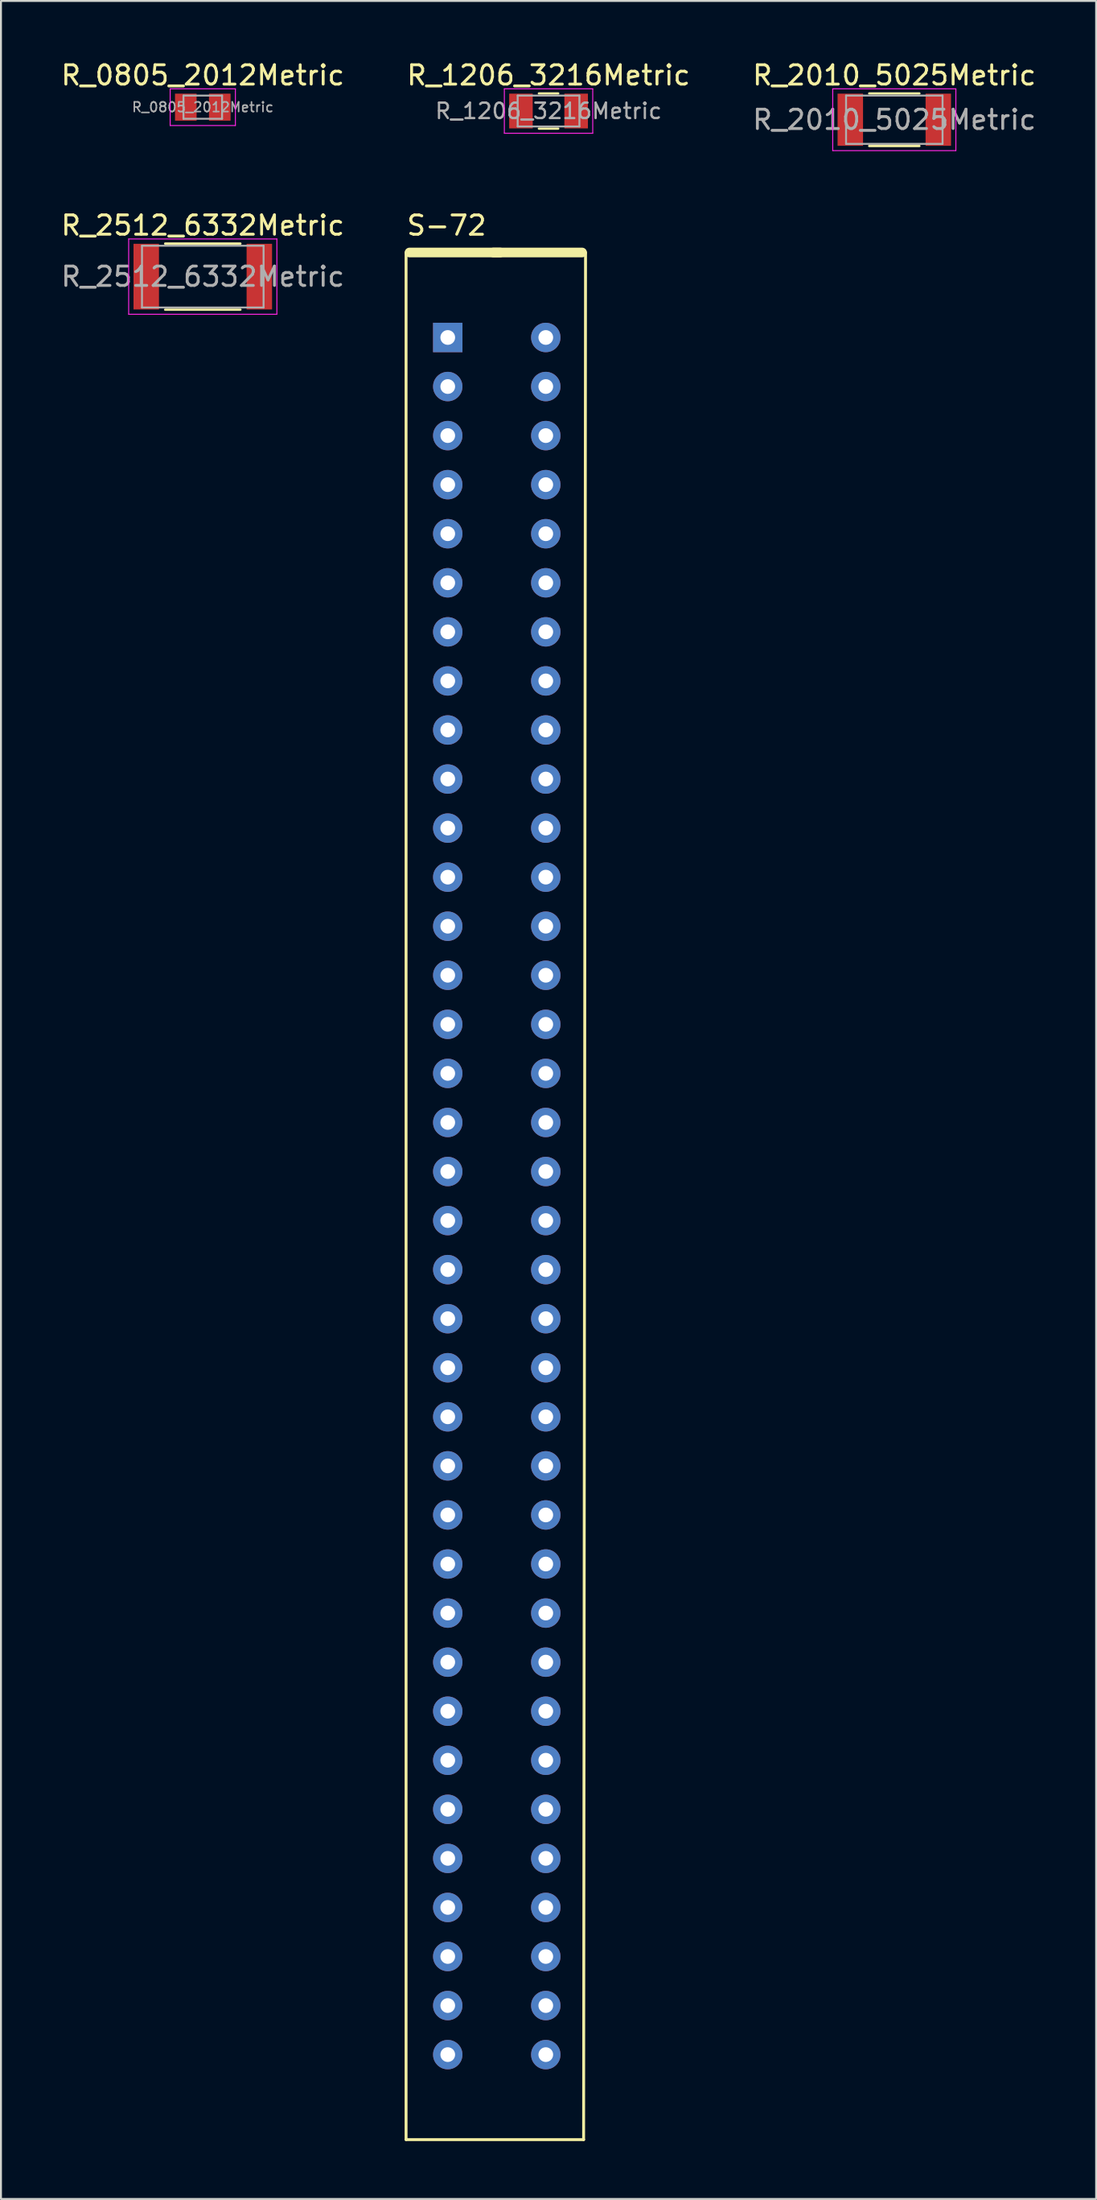
<source format=kicad_pcb>
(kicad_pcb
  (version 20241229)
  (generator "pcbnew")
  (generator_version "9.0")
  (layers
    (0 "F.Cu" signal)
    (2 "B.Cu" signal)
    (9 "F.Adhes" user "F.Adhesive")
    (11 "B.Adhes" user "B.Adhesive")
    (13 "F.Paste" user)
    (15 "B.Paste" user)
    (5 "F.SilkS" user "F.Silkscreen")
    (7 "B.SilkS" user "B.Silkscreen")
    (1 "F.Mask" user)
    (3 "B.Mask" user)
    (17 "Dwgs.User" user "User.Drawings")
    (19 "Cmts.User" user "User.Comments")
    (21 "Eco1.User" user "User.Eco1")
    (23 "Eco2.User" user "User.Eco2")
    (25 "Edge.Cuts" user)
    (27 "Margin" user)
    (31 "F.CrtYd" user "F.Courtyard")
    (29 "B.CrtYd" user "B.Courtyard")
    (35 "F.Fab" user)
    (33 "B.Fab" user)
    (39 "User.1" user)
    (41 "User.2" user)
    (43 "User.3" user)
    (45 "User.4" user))
  (footprint "R_2512_6332Metric"
    (layer "F.Cu")
    (at 7.458 11.271)
    (property "Reference" "R_2512_6332Metric" (at 0 -2.65 0) (layer "F.SilkS") (effects (font (size 1 1) (thickness 0.15))))
    (attr smd)
    (fp_line (start -1.95 -1.71) (end 1.95 -1.71) (stroke (width 0.12) (type solid)) (layer "F.SilkS"))
    (fp_line (start -1.95 1.71) (end 1.95 1.71) (stroke (width 0.12) (type solid)) (layer "F.SilkS"))
    (fp_line (start -3.84 -1.95) (end 3.84 -1.95) (stroke (width 0.05) (type solid)) (layer "F.CrtYd"))
    (fp_line (start -3.84 1.95) (end -3.84 -1.95) (stroke (width 0.05) (type solid)) (layer "F.CrtYd"))
    (fp_line (start 3.84 -1.95) (end 3.84 1.95) (stroke (width 0.05) (type solid)) (layer "F.CrtYd"))
    (fp_line (start 3.84 1.95) (end -3.84 1.95) (stroke (width 0.05) (type solid)) (layer "F.CrtYd"))
    (fp_line (start -3.15 -1.6) (end 3.15 -1.6) (stroke (width 0.1) (type solid)) (layer "F.Fab"))
    (fp_line (start -3.15 1.6) (end -3.15 -1.6) (stroke (width 0.1) (type solid)) (layer "F.Fab"))
    (fp_line (start 3.15 -1.6) (end 3.15 1.6) (stroke (width 0.1) (type solid)) (layer "F.Fab"))
    (fp_line (start 3.15 1.6) (end -3.15 1.6) (stroke (width 0.1) (type solid)) (layer "F.Fab"))
    (fp_text user "${REFERENCE}" (at 0 0 0) (layer "F.Fab") (effects (font (size 1 1) (thickness 0.15))))
    (pad "1" smd rect (at -2.93 0) (size 1.32 3.4) (layers "F.Cu" "F.Mask" "F.Paste"))
    (pad "2" smd rect (at 2.93 0) (size 1.32 3.4) (layers "F.Cu" "F.Mask" "F.Paste")))
  (footprint "R_1206_3216Metric"
    (layer "F.Cu")
    (at 25.375 2.698)
    (property "Reference" "R_1206_3216Metric" (at 0 -1.85 0) (layer "F.SilkS") (effects (font (size 1 1) (thickness 0.15))))
    (attr smd)
    (fp_line (start -0.5 -0.91) (end 0.5 -0.91) (stroke (width 0.12) (type solid)) (layer "F.SilkS"))
    (fp_line (start -0.5 0.91) (end 0.5 0.91) (stroke (width 0.12) (type solid)) (layer "F.SilkS"))
    (fp_line (start -2.29 -1.15) (end 2.29 -1.15) (stroke (width 0.05) (type solid)) (layer "F.CrtYd"))
    (fp_line (start -2.29 1.15) (end -2.29 -1.15) (stroke (width 0.05) (type solid)) (layer "F.CrtYd"))
    (fp_line (start 2.29 -1.15) (end 2.29 1.15) (stroke (width 0.05) (type solid)) (layer "F.CrtYd"))
    (fp_line (start 2.29 1.15) (end -2.29 1.15) (stroke (width 0.05) (type solid)) (layer "F.CrtYd"))
    (fp_line (start -1.6 -0.8) (end 1.6 -0.8) (stroke (width 0.1) (type solid)) (layer "F.Fab"))
    (fp_line (start -1.6 0.8) (end -1.6 -0.8) (stroke (width 0.1) (type solid)) (layer "F.Fab"))
    (fp_line (start 1.6 -0.8) (end 1.6 0.8) (stroke (width 0.1) (type solid)) (layer "F.Fab"))
    (fp_line (start 1.6 0.8) (end -1.6 0.8) (stroke (width 0.1) (type solid)) (layer "F.Fab"))
    (fp_text user "${REFERENCE}" (at 0 0 0) (layer "F.Fab") (effects (font (size 0.8 0.8) (thickness 0.12))))
    (pad "1" smd rect (at -1.43 0) (size 1.22 1.8) (layers "F.Cu" "F.Mask" "F.Paste"))
    (pad "2" smd rect (at 1.43 0) (size 1.22 1.8) (layers "F.Cu" "F.Mask" "F.Paste")))
  (footprint "R_2010_5025Metric"
    (layer "F.Cu")
    (at 43.292 3.148)
    (property "Reference" "R_2010_5025Metric" (at 0 -2.3 0) (layer "F.SilkS") (effects (font (size 1 1) (thickness 0.15))))
    (attr smd)
    (fp_line (start -1.3 -1.36) (end 1.3 -1.36) (stroke (width 0.12) (type solid)) (layer "F.SilkS"))
    (fp_line (start -1.3 1.36) (end 1.3 1.36) (stroke (width 0.12) (type solid)) (layer "F.SilkS"))
    (fp_line (start -3.19 -1.6) (end 3.19 -1.6) (stroke (width 0.05) (type solid)) (layer "F.CrtYd"))
    (fp_line (start -3.19 1.6) (end -3.19 -1.6) (stroke (width 0.05) (type solid)) (layer "F.CrtYd"))
    (fp_line (start 3.19 -1.6) (end 3.19 1.6) (stroke (width 0.05) (type solid)) (layer "F.CrtYd"))
    (fp_line (start 3.19 1.6) (end -3.19 1.6) (stroke (width 0.05) (type solid)) (layer "F.CrtYd"))
    (fp_line (start -2.5 -1.25) (end 2.5 -1.25) (stroke (width 0.1) (type solid)) (layer "F.Fab"))
    (fp_line (start -2.5 1.25) (end -2.5 -1.25) (stroke (width 0.1) (type solid)) (layer "F.Fab"))
    (fp_line (start 2.5 -1.25) (end 2.5 1.25) (stroke (width 0.1) (type solid)) (layer "F.Fab"))
    (fp_line (start 2.5 1.25) (end -2.5 1.25) (stroke (width 0.1) (type solid)) (layer "F.Fab"))
    (fp_text user "${REFERENCE}" (at 0 0 0) (layer "F.Fab") (effects (font (size 1 1) (thickness 0.15))))
    (pad "1" smd rect (at -2.28 0) (size 1.32 2.7) (layers "F.Cu" "F.Mask" "F.Paste"))
    (pad "2" smd rect (at 2.28 0) (size 1.32 2.7) (layers "F.Cu" "F.Mask" "F.Paste")))
  (footprint "R_0805_2012Metric"
    (layer "F.Cu")
    (at 7.458 2.498)
    (property "Reference" "R_0805_2012Metric" (at 0 -1.65 0) (layer "F.SilkS") (effects (font (size 1 1) (thickness 0.15))))
    (attr smd)
    (fp_line (start -1.69 -0.95) (end 1.69 -0.95) (stroke (width 0.05) (type solid)) (layer "F.CrtYd"))
    (fp_line (start -1.69 0.95) (end -1.69 -0.95) (stroke (width 0.05) (type solid)) (layer "F.CrtYd"))
    (fp_line (start 1.69 -0.95) (end 1.69 0.95) (stroke (width 0.05) (type solid)) (layer "F.CrtYd"))
    (fp_line (start 1.69 0.95) (end -1.69 0.95) (stroke (width 0.05) (type solid)) (layer "F.CrtYd"))
    (fp_line (start -1 -0.6) (end 1 -0.6) (stroke (width 0.1) (type solid)) (layer "F.Fab"))
    (fp_line (start -1 0.6) (end -1 -0.6) (stroke (width 0.1) (type solid)) (layer "F.Fab"))
    (fp_line (start 1 -0.6) (end 1 0.6) (stroke (width 0.1) (type solid)) (layer "F.Fab"))
    (fp_line (start 1 0.6) (end -1 0.6) (stroke (width 0.1) (type solid)) (layer "F.Fab"))
    (fp_text user "${REFERENCE}" (at 0 0 0) (layer "F.Fab") (effects (font (size 0.5 0.5) (thickness 0.08))))
    (pad "1" smd rect (at -0.88 0) (size 1.12 1.4) (layers "F.Cu" "F.Mask" "F.Paste"))
    (pad "2" smd rect (at 0.88 0) (size 1.12 1.4) (layers "F.Cu" "F.Mask" "F.Paste")))
  (footprint "S-72"
    (layer "F.Cu")
    (at 22.692 52.522)
    (property "Reference" "S-72" (at -2.6 -43.9 0) (layer "F.SilkS") (effects (font (size 1 1) (thickness 0.15))))
    (attr through_hole)
    (fp_line (start -4.7 55.2) (end -4.7 -42.5) (stroke (width 0.15) (type solid)) (layer "F.SilkS"))
    (fp_line (start -4.521 -42.5) (end 0.179 -42.5) (stroke (width 0.5) (type solid)) (layer "F.SilkS"))
    (fp_line (start -0.18 -42.5) (end 4.42 -42.5) (stroke (width 0.5) (type solid)) (layer "F.SilkS"))
    (fp_line (start 4.5 55.2) (end -4.7 55.2) (stroke (width 0.15) (type solid)) (layer "F.SilkS"))
    (fp_line (start 4.6 -42.5) (end 4.5 55.2) (stroke (width 0.15) (type solid)) (layer "F.SilkS"))
    (pad "1" thru_hole rect (at -2.54 -38.1) (size 1.524 1.524) (drill 0.762) (layers "*.Cu" "*.Mask"))
    (pad "2" thru_hole circle (at -2.54 -35.56) (size 1.524 1.524) (drill 0.762) (layers "*.Cu" "*.Mask"))
    (pad "3" thru_hole circle (at -2.54 -33.02) (size 1.524 1.524) (drill 0.762) (layers "*.Cu" "*.Mask"))
    (pad "4" thru_hole circle (at -2.54 -30.48) (size 1.524 1.524) (drill 0.762) (layers "*.Cu" "*.Mask"))
    (pad "5" thru_hole circle (at -2.54 -27.94) (size 1.524 1.524) (drill 0.762) (layers "*.Cu" "*.Mask"))
    (pad "6" thru_hole circle (at -2.54 -25.4) (size 1.524 1.524) (drill 0.762) (layers "*.Cu" "*.Mask"))
    (pad "7" thru_hole circle (at -2.54 -22.86) (size 1.524 1.524) (drill 0.762) (layers "*.Cu" "*.Mask"))
    (pad "8" thru_hole circle (at -2.54 -20.32) (size 1.524 1.524) (drill 0.762) (layers "*.Cu" "*.Mask"))
    (pad "9" thru_hole circle (at -2.54 -17.78) (size 1.524 1.524) (drill 0.762) (layers "*.Cu" "*.Mask"))
    (pad "10" thru_hole circle (at -2.54 -15.24) (size 1.524 1.524) (drill 0.762) (layers "*.Cu" "*.Mask"))
    (pad "11" thru_hole circle (at -2.54 -12.7) (size 1.524 1.524) (drill 0.762) (layers "*.Cu" "*.Mask"))
    (pad "12" thru_hole circle (at -2.54 -10.16) (size 1.524 1.524) (drill 0.762) (layers "*.Cu" "*.Mask"))
    (pad "13" thru_hole circle (at -2.54 -7.62) (size 1.524 1.524) (drill 0.762) (layers "*.Cu" "*.Mask"))
    (pad "14" thru_hole circle (at -2.54 -5.08) (size 1.524 1.524) (drill 0.762) (layers "*.Cu" "*.Mask"))
    (pad "15" thru_hole circle (at -2.54 -2.54) (size 1.524 1.524) (drill 0.762) (layers "*.Cu" "*.Mask"))
    (pad "16" thru_hole circle (at -2.54 0) (size 1.524 1.524) (drill 0.762) (layers "*.Cu" "*.Mask"))
    (pad "17" thru_hole circle (at -2.54 2.54) (size 1.524 1.524) (drill 0.762) (layers "*.Cu" "*.Mask"))
    (pad "18" thru_hole circle (at -2.54 5.08) (size 1.524 1.524) (drill 0.762) (layers "*.Cu" "*.Mask"))
    (pad "19" thru_hole circle (at -2.54 7.62) (size 1.524 1.524) (drill 0.762) (layers "*.Cu" "*.Mask"))
    (pad "20" thru_hole circle (at -2.54 10.16) (size 1.524 1.524) (drill 0.762) (layers "*.Cu" "*.Mask"))
    (pad "21" thru_hole circle (at -2.54 12.7) (size 1.524 1.524) (drill 0.762) (layers "*.Cu" "*.Mask"))
    (pad "22" thru_hole circle (at -2.54 15.24) (size 1.524 1.524) (drill 0.762) (layers "*.Cu" "*.Mask"))
    (pad "23" thru_hole circle (at -2.54 17.78) (size 1.524 1.524) (drill 0.762) (layers "*.Cu" "*.Mask"))
    (pad "24" thru_hole circle (at -2.54 20.32) (size 1.524 1.524) (drill 0.762) (layers "*.Cu" "*.Mask"))
    (pad "25" thru_hole circle (at -2.54 22.86) (size 1.524 1.524) (drill 0.762) (layers "*.Cu" "*.Mask"))
    (pad "26" thru_hole circle (at -2.54 25.4) (size 1.524 1.524) (drill 0.762) (layers "*.Cu" "*.Mask"))
    (pad "27" thru_hole circle (at -2.54 27.94) (size 1.524 1.524) (drill 0.762) (layers "*.Cu" "*.Mask"))
    (pad "28" thru_hole circle (at -2.54 30.48) (size 1.524 1.524) (drill 0.762) (layers "*.Cu" "*.Mask"))
    (pad "29" thru_hole circle (at -2.54 33.02) (size 1.524 1.524) (drill 0.762) (layers "*.Cu" "*.Mask"))
    (pad "30" thru_hole circle (at -2.54 35.56) (size 1.524 1.524) (drill 0.762) (layers "*.Cu" "*.Mask"))
    (pad "31" thru_hole circle (at -2.54 38.1) (size 1.524 1.524) (drill 0.762) (layers "*.Cu" "*.Mask"))
    (pad "32" thru_hole circle (at -2.54 40.64) (size 1.524 1.524) (drill 0.762) (layers "*.Cu" "*.Mask"))
    (pad "33" thru_hole circle (at -2.54 43.18) (size 1.524 1.524) (drill 0.762) (layers "*.Cu" "*.Mask"))
    (pad "34" thru_hole circle (at -2.54 45.72) (size 1.524 1.524) (drill 0.762) (layers "*.Cu" "*.Mask"))
    (pad "35" thru_hole circle (at -2.54 48.26) (size 1.524 1.524) (drill 0.762) (layers "*.Cu" "*.Mask"))
    (pad "36" thru_hole circle (at -2.54 50.8) (size 1.524 1.524) (drill 0.762) (layers "*.Cu" "*.Mask"))
    (pad "37" thru_hole circle (at 2.54 -38.1) (size 1.524 1.524) (drill 0.762) (layers "*.Cu" "*.Mask"))
    (pad "38" thru_hole circle (at 2.54 -35.56) (size 1.524 1.524) (drill 0.762) (layers "*.Cu" "*.Mask"))
    (pad "39" thru_hole circle (at 2.54 -33.02) (size 1.524 1.524) (drill 0.762) (layers "*.Cu" "*.Mask"))
    (pad "40" thru_hole circle (at 2.54 -30.48) (size 1.524 1.524) (drill 0.762) (layers "*.Cu" "*.Mask"))
    (pad "41" thru_hole circle (at 2.54 -27.94) (size 1.524 1.524) (drill 0.762) (layers "*.Cu" "*.Mask"))
    (pad "42" thru_hole circle (at 2.54 -25.4) (size 1.524 1.524) (drill 0.762) (layers "*.Cu" "*.Mask"))
    (pad "43" thru_hole circle (at 2.54 -22.86) (size 1.524 1.524) (drill 0.762) (layers "*.Cu" "*.Mask"))
    (pad "44" thru_hole circle (at 2.54 -20.32) (size 1.524 1.524) (drill 0.762) (layers "*.Cu" "*.Mask"))
    (pad "45" thru_hole circle (at 2.54 -17.78) (size 1.524 1.524) (drill 0.762) (layers "*.Cu" "*.Mask"))
    (pad "46" thru_hole circle (at 2.54 -15.24) (size 1.524 1.524) (drill 0.762) (layers "*.Cu" "*.Mask"))
    (pad "47" thru_hole circle (at 2.54 -12.7) (size 1.524 1.524) (drill 0.762) (layers "*.Cu" "*.Mask"))
    (pad "48" thru_hole circle (at 2.54 -10.16) (size 1.524 1.524) (drill 0.762) (layers "*.Cu" "*.Mask"))
    (pad "49" thru_hole circle (at 2.54 -7.62) (size 1.524 1.524) (drill 0.762) (layers "*.Cu" "*.Mask"))
    (pad "50" thru_hole circle (at 2.54 -5.08) (size 1.524 1.524) (drill 0.762) (layers "*.Cu" "*.Mask"))
    (pad "51" thru_hole circle (at 2.54 -2.54) (size 1.524 1.524) (drill 0.762) (layers "*.Cu" "*.Mask"))
    (pad "52" thru_hole circle (at 2.54 0) (size 1.524 1.524) (drill 0.762) (layers "*.Cu" "*.Mask"))
    (pad "53" thru_hole circle (at 2.54 2.54) (size 1.524 1.524) (drill 0.762) (layers "*.Cu" "*.Mask"))
    (pad "54" thru_hole circle (at 2.54 5.08) (size 1.524 1.524) (drill 0.762) (layers "*.Cu" "*.Mask"))
    (pad "55" thru_hole circle (at 2.54 7.62) (size 1.524 1.524) (drill 0.762) (layers "*.Cu" "*.Mask"))
    (pad "56" thru_hole circle (at 2.54 10.16) (size 1.524 1.524) (drill 0.762) (layers "*.Cu" "*.Mask"))
    (pad "57" thru_hole circle (at 2.54 12.7) (size 1.524 1.524) (drill 0.762) (layers "*.Cu" "*.Mask"))
    (pad "58" thru_hole circle (at 2.54 15.24) (size 1.524 1.524) (drill 0.762) (layers "*.Cu" "*.Mask"))
    (pad "59" thru_hole circle (at 2.54 17.78) (size 1.524 1.524) (drill 0.762) (layers "*.Cu" "*.Mask"))
    (pad "60" thru_hole circle (at 2.54 20.32) (size 1.524 1.524) (drill 0.762) (layers "*.Cu" "*.Mask"))
    (pad "61" thru_hole circle (at 2.54 22.86) (size 1.524 1.524) (drill 0.762) (layers "*.Cu" "*.Mask"))
    (pad "62" thru_hole circle (at 2.54 25.4) (size 1.524 1.524) (drill 0.762) (layers "*.Cu" "*.Mask"))
    (pad "63" thru_hole circle (at 2.54 27.94) (size 1.524 1.524) (drill 0.762) (layers "*.Cu" "*.Mask"))
    (pad "64" thru_hole circle (at 2.54 30.48) (size 1.524 1.524) (drill 0.762) (layers "*.Cu" "*.Mask"))
    (pad "65" thru_hole circle (at 2.54 33.02) (size 1.524 1.524) (drill 0.762) (layers "*.Cu" "*.Mask"))
    (pad "66" thru_hole circle (at 2.54 35.56) (size 1.524 1.524) (drill 0.762) (layers "*.Cu" "*.Mask"))
    (pad "67" thru_hole circle (at 2.54 38.1) (size 1.524 1.524) (drill 0.762) (layers "*.Cu" "*.Mask"))
    (pad "68" thru_hole circle (at 2.54 40.64) (size 1.524 1.524) (drill 0.762) (layers "*.Cu" "*.Mask"))
    (pad "69" thru_hole circle (at 2.54 43.18) (size 1.524 1.524) (drill 0.762) (layers "*.Cu" "*.Mask"))
    (pad "70" thru_hole circle (at 2.54 45.72) (size 1.524 1.524) (drill 0.762) (layers "*.Cu" "*.Mask"))
    (pad "71" thru_hole circle (at 2.54 48.26) (size 1.524 1.524) (drill 0.762) (layers "*.Cu" "*.Mask"))
    (pad "72" thru_hole circle (at 2.54 50.8) (size 1.524 1.524) (drill 0.762) (layers "*.Cu" "*.Mask")))
  (gr_rect
    (start -3 -3)
    (end 53.75 110.796)
    (stroke (width 0.1) (type default))
    (fill no)
    (layer "Edge.Cuts")))
</source>
